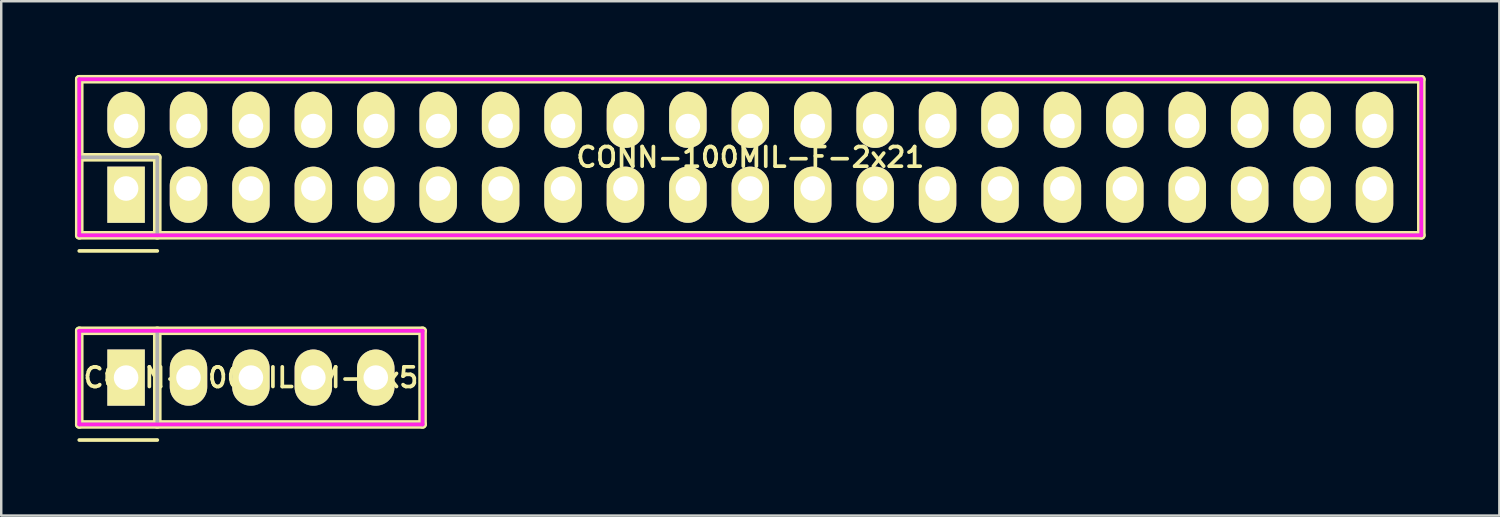
<source format=kicad_pcb>
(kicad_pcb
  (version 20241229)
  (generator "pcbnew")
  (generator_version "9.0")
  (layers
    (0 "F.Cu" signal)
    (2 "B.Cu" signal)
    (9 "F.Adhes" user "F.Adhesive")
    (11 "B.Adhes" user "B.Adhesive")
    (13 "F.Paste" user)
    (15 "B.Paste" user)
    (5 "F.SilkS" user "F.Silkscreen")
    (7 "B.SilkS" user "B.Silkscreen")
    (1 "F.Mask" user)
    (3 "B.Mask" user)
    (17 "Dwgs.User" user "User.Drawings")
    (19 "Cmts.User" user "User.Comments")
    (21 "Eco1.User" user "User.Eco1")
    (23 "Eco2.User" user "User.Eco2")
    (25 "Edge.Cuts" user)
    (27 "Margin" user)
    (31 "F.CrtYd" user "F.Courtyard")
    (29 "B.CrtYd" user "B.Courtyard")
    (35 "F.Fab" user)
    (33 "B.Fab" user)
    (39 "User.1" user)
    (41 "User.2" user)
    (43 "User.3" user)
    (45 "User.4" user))
  (footprint "CONN-100MIL-M-1x5"
    (layer "F.Cu")
    (at 7.16 12.315)
    (property "Reference" "CONN-100MIL-M-1x5" (at 0 0 0) (layer "F.SilkS") (effects (font (size 0.8 0.8) (thickness 0.15))))
    (attr through_hole)
    (fp_line (start -6.985 -1.905) (end 6.985 -1.905) (stroke (width 0.35) (type solid)) (layer "F.SilkS"))
    (fp_line (start -6.985 1.905) (end -6.985 -1.905) (stroke (width 0.35) (type solid)) (layer "F.SilkS"))
    (fp_line (start -6.985 2.54) (end -3.81 2.54) (stroke (width 0.15) (type solid)) (layer "F.SilkS"))
    (fp_line (start -3.81 -1.905) (end -3.81 1.905) (stroke (width 0.35) (type solid)) (layer "F.SilkS"))
    (fp_line (start 6.985 -1.905) (end 6.985 1.905) (stroke (width 0.35) (type solid)) (layer "F.SilkS"))
    (fp_line (start 6.985 1.905) (end -6.985 1.905) (stroke (width 0.35) (type solid)) (layer "F.SilkS"))
    (fp_line (start -6.985 -1.905) (end 6.985 -1.905) (stroke (width 0.15) (type solid)) (layer "F.CrtYd"))
    (fp_line (start -6.985 1.905) (end -6.985 -1.905) (stroke (width 0.15) (type solid)) (layer "F.CrtYd"))
    (fp_line (start 6.985 -1.905) (end 6.985 1.905) (stroke (width 0.15) (type solid)) (layer "F.CrtYd"))
    (fp_line (start 6.985 1.905) (end -6.985 1.905) (stroke (width 0.15) (type solid)) (layer "F.CrtYd"))
    (fp_line (start -6.985 -1.905) (end 6.985 -1.905) (stroke (width 0.15) (type solid)) (layer "F.Fab"))
    (fp_line (start -6.985 1.905) (end -6.985 -1.905) (stroke (width 0.15) (type solid)) (layer "F.Fab"))
    (fp_line (start -3.81 -1.905) (end -3.81 1.905) (stroke (width 0.15) (type solid)) (layer "F.Fab"))
    (fp_line (start 6.985 -1.905) (end 6.985 1.905) (stroke (width 0.15) (type solid)) (layer "F.Fab"))
    (fp_line (start 6.985 1.905) (end -6.985 1.905) (stroke (width 0.15) (type solid)) (layer "F.Fab"))
    (pad "1" thru_hole rect (at -5.08 0) (size 1.524 2.286) (drill 1) (layers "*.Cu" "*.Mask" "F.SilkS"))
    (pad "2" thru_hole oval (at -2.54 0) (size 1.524 2.286) (drill 1) (layers "*.Cu" "*.Mask" "F.SilkS"))
    (pad "3" thru_hole oval (at 0 0) (size 1.524 2.286) (drill 1) (layers "*.Cu" "*.Mask" "F.SilkS"))
    (pad "4" thru_hole oval (at 2.54 0) (size 1.524 2.286) (drill 1) (layers "*.Cu" "*.Mask" "F.SilkS"))
    (pad "5" thru_hole oval (at 5.08 0) (size 1.524 2.286) (drill 1) (layers "*.Cu" "*.Mask" "F.SilkS")))
  (footprint "CONN-100MIL-F-2x21"
    (layer "F.Cu")
    (at 27.48 3.35)
    (property "Reference" "CONN-100MIL-F-2x21" (at 0 0 0) (layer "F.SilkS") (effects (font (size 0.8 0.8) (thickness 0.15))))
    (attr through_hole)
    (fp_line (start -27.305 -3.175) (end 27.305 -3.175) (stroke (width 0.35) (type solid)) (layer "F.SilkS"))
    (fp_line (start -27.305 0) (end -24.13 0) (stroke (width 0.35) (type solid)) (layer "F.SilkS"))
    (fp_line (start -27.305 3.175) (end -27.305 -3.175) (stroke (width 0.35) (type solid)) (layer "F.SilkS"))
    (fp_line (start -27.305 3.81) (end -24.13 3.81) (stroke (width 0.15) (type solid)) (layer "F.SilkS"))
    (fp_line (start -24.13 0) (end -24.13 3.175) (stroke (width 0.35) (type solid)) (layer "F.SilkS"))
    (fp_line (start 27.305 -3.175) (end 27.305 3.175) (stroke (width 0.35) (type solid)) (layer "F.SilkS"))
    (fp_line (start 27.305 3.175) (end -27.305 3.175) (stroke (width 0.35) (type solid)) (layer "F.SilkS"))
    (fp_line (start -27.305 -3.175) (end 27.305 -3.175) (stroke (width 0.15) (type solid)) (layer "F.CrtYd"))
    (fp_line (start -27.305 3.175) (end -27.305 -3.175) (stroke (width 0.15) (type solid)) (layer "F.CrtYd"))
    (fp_line (start 27.305 -3.175) (end 27.305 3.175) (stroke (width 0.15) (type solid)) (layer "F.CrtYd"))
    (fp_line (start 27.305 3.175) (end -27.305 3.175) (stroke (width 0.15) (type solid)) (layer "F.CrtYd"))
    (fp_line (start -27.305 -3.175) (end 27.305 -3.175) (stroke (width 0.15) (type solid)) (layer "F.Fab"))
    (fp_line (start -27.305 0) (end -24.13 0) (stroke (width 0.15) (type solid)) (layer "F.Fab"))
    (fp_line (start -27.305 3.175) (end -27.305 -3.175) (stroke (width 0.15) (type solid)) (layer "F.Fab"))
    (fp_line (start -24.13 0) (end -24.13 3.175) (stroke (width 0.15) (type solid)) (layer "F.Fab"))
    (fp_line (start 27.305 -3.175) (end 27.305 3.175) (stroke (width 0.15) (type solid)) (layer "F.Fab"))
    (fp_line (start 27.305 3.175) (end -27.305 3.175) (stroke (width 0.15) (type solid)) (layer "F.Fab"))
    (pad "1" thru_hole rect (at -25.4 1.27) (size 1.524 2.286) (drill 1 (offset 0 0.254)) (layers "*.Cu" "*.Mask" "F.SilkS"))
    (pad "2" thru_hole oval (at -25.4 -1.27) (size 1.524 2.286) (drill 1 (offset 0 -0.254)) (layers "*.Cu" "*.Mask" "F.SilkS"))
    (pad "3" thru_hole oval (at -22.86 1.27) (size 1.524 2.286) (drill 1 (offset 0 0.254)) (layers "*.Cu" "*.Mask" "F.SilkS"))
    (pad "4" thru_hole oval (at -22.86 -1.27) (size 1.524 2.286) (drill 1 (offset 0 -0.254)) (layers "*.Cu" "*.Mask" "F.SilkS"))
    (pad "5" thru_hole oval (at -20.32 1.27) (size 1.524 2.286) (drill 1 (offset 0 0.254)) (layers "*.Cu" "*.Mask" "F.SilkS"))
    (pad "6" thru_hole oval (at -20.32 -1.27) (size 1.524 2.286) (drill 1 (offset 0 -0.254)) (layers "*.Cu" "*.Mask" "F.SilkS"))
    (pad "7" thru_hole oval (at -17.78 1.27) (size 1.524 2.286) (drill 1 (offset 0 0.254)) (layers "*.Cu" "*.Mask" "F.SilkS"))
    (pad "8" thru_hole oval (at -17.78 -1.27) (size 1.524 2.286) (drill 1 (offset 0 -0.254)) (layers "*.Cu" "*.Mask" "F.SilkS"))
    (pad "9" thru_hole oval (at -15.24 1.27) (size 1.524 2.286) (drill 1 (offset 0 0.254)) (layers "*.Cu" "*.Mask" "F.SilkS"))
    (pad "10" thru_hole oval (at -15.24 -1.27) (size 1.524 2.286) (drill 1 (offset 0 -0.254)) (layers "*.Cu" "*.Mask" "F.SilkS"))
    (pad "11" thru_hole oval (at -12.7 1.27) (size 1.524 2.286) (drill 1 (offset 0 0.254)) (layers "*.Cu" "*.Mask" "F.SilkS"))
    (pad "12" thru_hole oval (at -12.7 -1.27) (size 1.524 2.286) (drill 1 (offset 0 -0.254)) (layers "*.Cu" "*.Mask" "F.SilkS"))
    (pad "13" thru_hole oval (at -10.16 1.27) (size 1.524 2.286) (drill 1 (offset 0 0.254)) (layers "*.Cu" "*.Mask" "F.SilkS"))
    (pad "14" thru_hole oval (at -10.16 -1.27) (size 1.524 2.286) (drill 1 (offset 0 -0.254)) (layers "*.Cu" "*.Mask" "F.SilkS"))
    (pad "15" thru_hole oval (at -7.62 1.27) (size 1.524 2.286) (drill 1 (offset 0 0.254)) (layers "*.Cu" "*.Mask" "F.SilkS"))
    (pad "16" thru_hole oval (at -7.62 -1.27) (size 1.524 2.286) (drill 1 (offset 0 -0.254)) (layers "*.Cu" "*.Mask" "F.SilkS"))
    (pad "17" thru_hole oval (at -5.08 1.27) (size 1.524 2.286) (drill 1 (offset 0 0.254)) (layers "*.Cu" "*.Mask" "F.SilkS"))
    (pad "18" thru_hole oval (at -5.08 -1.27) (size 1.524 2.286) (drill 1 (offset 0 -0.254)) (layers "*.Cu" "*.Mask" "F.SilkS"))
    (pad "19" thru_hole oval (at -2.54 1.27) (size 1.524 2.286) (drill 1 (offset 0 0.254)) (layers "*.Cu" "*.Mask" "F.SilkS"))
    (pad "20" thru_hole oval (at -2.54 -1.27) (size 1.524 2.286) (drill 1 (offset 0 -0.254)) (layers "*.Cu" "*.Mask" "F.SilkS"))
    (pad "21" thru_hole oval (at 0 1.27) (size 1.524 2.286) (drill 1 (offset 0 0.254)) (layers "*.Cu" "*.Mask" "F.SilkS"))
    (pad "22" thru_hole oval (at 0 -1.27) (size 1.524 2.286) (drill 1 (offset 0 -0.254)) (layers "*.Cu" "*.Mask" "F.SilkS"))
    (pad "23" thru_hole oval (at 2.54 1.27) (size 1.524 2.286) (drill 1 (offset 0 0.254)) (layers "*.Cu" "*.Mask" "F.SilkS"))
    (pad "24" thru_hole oval (at 2.54 -1.27) (size 1.524 2.286) (drill 1 (offset 0 -0.254)) (layers "*.Cu" "*.Mask" "F.SilkS"))
    (pad "25" thru_hole oval (at 5.08 1.27) (size 1.524 2.286) (drill 1 (offset 0 0.254)) (layers "*.Cu" "*.Mask" "F.SilkS"))
    (pad "26" thru_hole oval (at 5.08 -1.27) (size 1.524 2.286) (drill 1 (offset 0 -0.254)) (layers "*.Cu" "*.Mask" "F.SilkS"))
    (pad "27" thru_hole oval (at 7.62 1.27) (size 1.524 2.286) (drill 1 (offset 0 0.254)) (layers "*.Cu" "*.Mask" "F.SilkS"))
    (pad "28" thru_hole oval (at 7.62 -1.27) (size 1.524 2.286) (drill 1 (offset 0 -0.254)) (layers "*.Cu" "*.Mask" "F.SilkS"))
    (pad "29" thru_hole oval (at 10.16 1.27) (size 1.524 2.286) (drill 1 (offset 0 0.254)) (layers "*.Cu" "*.Mask" "F.SilkS"))
    (pad "30" thru_hole oval (at 10.16 -1.27) (size 1.524 2.286) (drill 1 (offset 0 -0.254)) (layers "*.Cu" "*.Mask" "F.SilkS"))
    (pad "31" thru_hole oval (at 12.7 1.27) (size 1.524 2.286) (drill 1 (offset 0 0.254)) (layers "*.Cu" "*.Mask" "F.SilkS"))
    (pad "32" thru_hole oval (at 12.7 -1.27) (size 1.524 2.286) (drill 1 (offset 0 -0.254)) (layers "*.Cu" "*.Mask" "F.SilkS"))
    (pad "33" thru_hole oval (at 15.24 1.27) (size 1.524 2.286) (drill 1 (offset 0 0.254)) (layers "*.Cu" "*.Mask" "F.SilkS"))
    (pad "34" thru_hole oval (at 15.24 -1.27) (size 1.524 2.286) (drill 1 (offset 0 -0.254)) (layers "*.Cu" "*.Mask" "F.SilkS"))
    (pad "35" thru_hole oval (at 17.78 1.27) (size 1.524 2.286) (drill 1 (offset 0 0.254)) (layers "*.Cu" "*.Mask" "F.SilkS"))
    (pad "36" thru_hole oval (at 17.78 -1.27) (size 1.524 2.286) (drill 1 (offset 0 -0.254)) (layers "*.Cu" "*.Mask" "F.SilkS"))
    (pad "37" thru_hole oval (at 20.32 1.27) (size 1.524 2.286) (drill 1 (offset 0 0.254)) (layers "*.Cu" "*.Mask" "F.SilkS"))
    (pad "38" thru_hole oval (at 20.32 -1.27) (size 1.524 2.286) (drill 1 (offset 0 -0.254)) (layers "*.Cu" "*.Mask" "F.SilkS"))
    (pad "39" thru_hole oval (at 22.86 1.27) (size 1.524 2.286) (drill 1 (offset 0 0.254)) (layers "*.Cu" "*.Mask" "F.SilkS"))
    (pad "40" thru_hole oval (at 22.86 -1.27) (size 1.524 2.286) (drill 1 (offset 0 -0.254)) (layers "*.Cu" "*.Mask" "F.SilkS"))
    (pad "41" thru_hole oval (at 25.4 1.27) (size 1.524 2.286) (drill 1 (offset 0 0.254)) (layers "*.Cu" "*.Mask" "F.SilkS"))
    (pad "42" thru_hole oval (at 25.4 -1.27) (size 1.524 2.286) (drill 1 (offset 0 -0.254)) (layers "*.Cu" "*.Mask" "F.SilkS")))
  (gr_rect
    (start -3 -3)
    (end 57.96 17.93)
    (stroke (width 0.1) (type default))
    (fill no)
    (layer "Edge.Cuts")))
</source>
